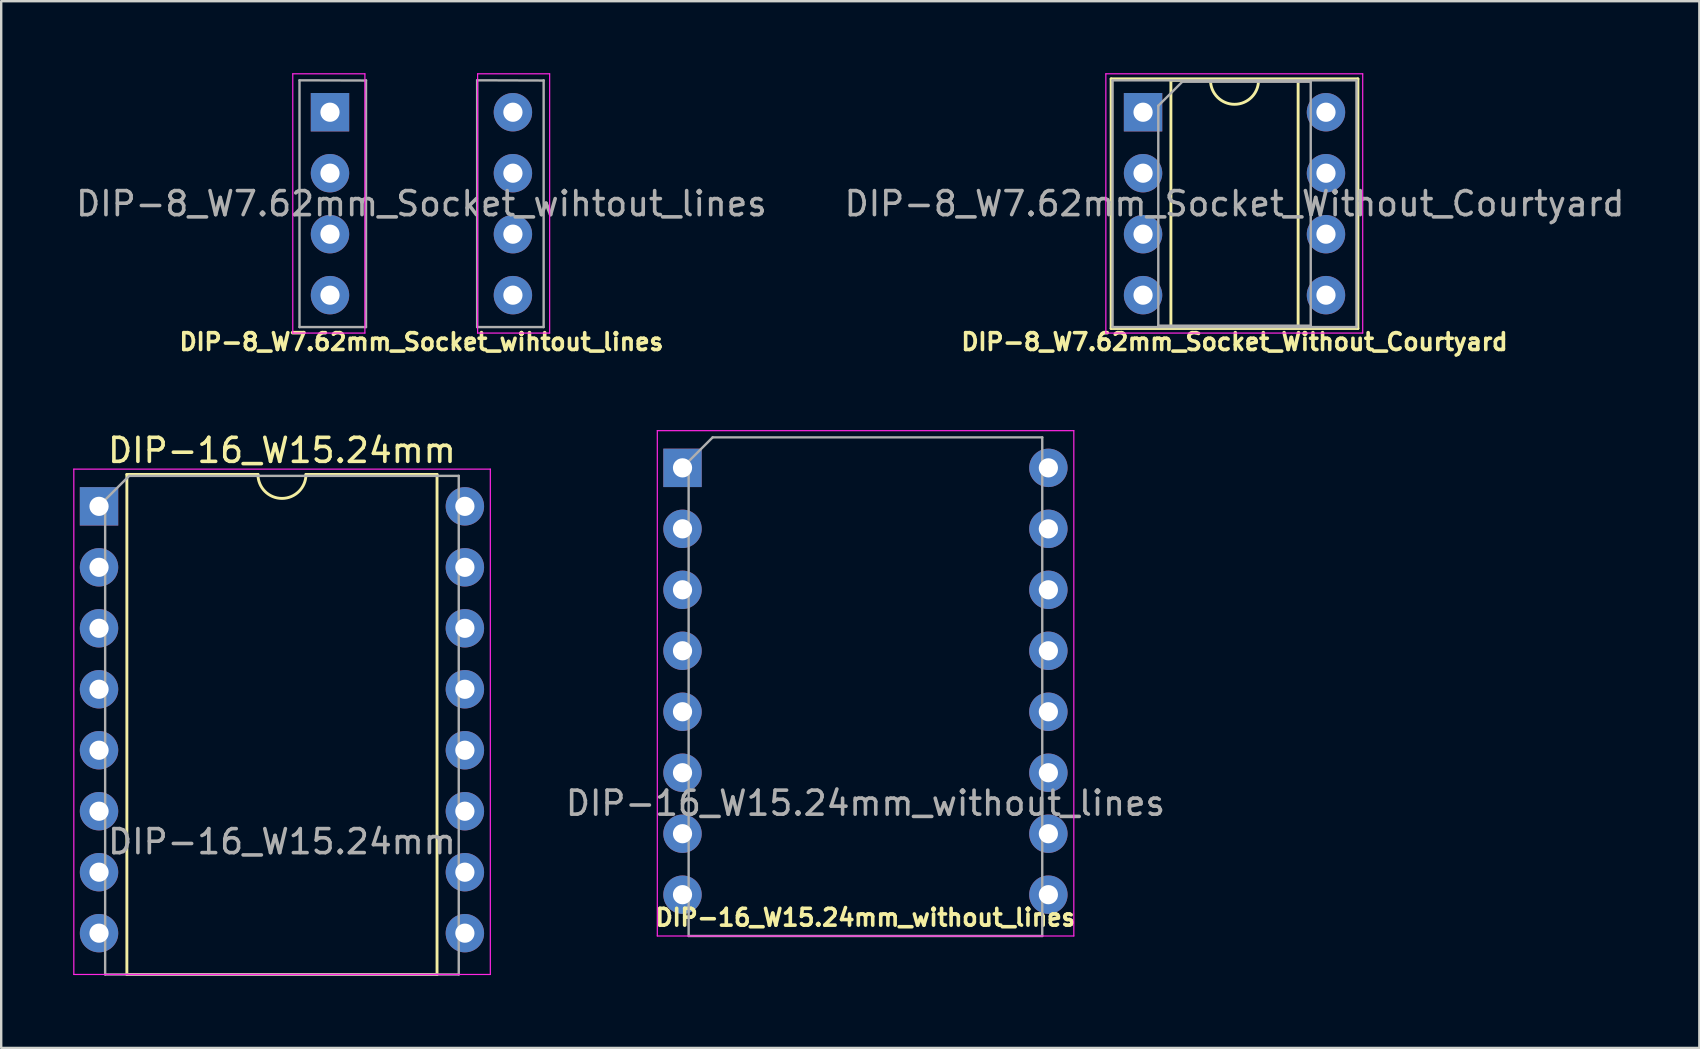
<source format=kicad_pcb>
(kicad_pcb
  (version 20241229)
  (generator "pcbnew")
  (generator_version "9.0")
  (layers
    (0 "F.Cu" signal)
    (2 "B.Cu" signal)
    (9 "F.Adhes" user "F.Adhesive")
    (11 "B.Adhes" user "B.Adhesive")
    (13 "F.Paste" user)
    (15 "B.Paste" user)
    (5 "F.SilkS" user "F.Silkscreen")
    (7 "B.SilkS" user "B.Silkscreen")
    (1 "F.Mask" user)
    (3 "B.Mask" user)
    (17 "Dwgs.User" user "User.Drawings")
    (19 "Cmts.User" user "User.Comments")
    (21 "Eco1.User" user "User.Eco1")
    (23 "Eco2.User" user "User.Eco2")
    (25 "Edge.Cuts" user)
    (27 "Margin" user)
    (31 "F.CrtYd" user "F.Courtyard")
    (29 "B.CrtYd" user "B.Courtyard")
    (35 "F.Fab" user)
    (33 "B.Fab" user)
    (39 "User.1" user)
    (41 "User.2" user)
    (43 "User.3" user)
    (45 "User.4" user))
  (footprint "DIP-8_W7.62mm_Socket_Without_Courtyard"
    (layer "F.Cu")
    (at 44.565 1.625)
    (property "Reference" "DIP-8_W7.62mm_Socket_Without_Courtyard" (at 3.81 9.566 0) (layer "F.SilkS") (effects (font (size 0.7 0.7) (thickness 0.15))))
    (attr through_hole)
    (fp_line (start -1.33 -1.39) (end -1.33 9.01) (stroke (width 0.12) (type solid)) (layer "F.SilkS"))
    (fp_line (start -1.33 9.01) (end 8.95 9.01) (stroke (width 0.12) (type solid)) (layer "F.SilkS"))
    (fp_line (start 1.16 -1.33) (end 1.16 8.95) (stroke (width 0.12) (type solid)) (layer "F.SilkS"))
    (fp_line (start 1.16 8.95) (end 6.46 8.95) (stroke (width 0.12) (type solid)) (layer "F.SilkS"))
    (fp_line (start 2.81 -1.33) (end 1.16 -1.33) (stroke (width 0.12) (type solid)) (layer "F.SilkS"))
    (fp_line (start 6.46 -1.33) (end 4.81 -1.33) (stroke (width 0.12) (type solid)) (layer "F.SilkS"))
    (fp_line (start 6.46 8.95) (end 6.46 -1.33) (stroke (width 0.12) (type solid)) (layer "F.SilkS"))
    (fp_line (start 8.95 -1.39) (end -1.33 -1.39) (stroke (width 0.12) (type solid)) (layer "F.SilkS"))
    (fp_line (start 8.95 9.01) (end 8.95 -1.39) (stroke (width 0.12) (type solid)) (layer "F.SilkS"))
    (fp_arc (start 4.81 -1.33) (mid 3.81 -0.33) (end 2.81 -1.33) (stroke (width 0.12) (type solid)) (layer "F.SilkS"))
    (fp_line (start -1.55 -1.6) (end -1.55 9.2) (stroke (width 0.05) (type solid)) (layer "F.CrtYd"))
    (fp_line (start -1.55 9.2) (end 9.15 9.2) (stroke (width 0.05) (type solid)) (layer "F.CrtYd"))
    (fp_line (start 9.15 -1.6) (end -1.55 -1.6) (stroke (width 0.05) (type solid)) (layer "F.CrtYd"))
    (fp_line (start 9.15 9.2) (end 9.15 -1.6) (stroke (width 0.05) (type solid)) (layer "F.CrtYd"))
    (fp_line (start -1.27 -1.33) (end -1.27 8.95) (stroke (width 0.1) (type solid)) (layer "F.Fab"))
    (fp_line (start -1.27 8.95) (end 8.89 8.95) (stroke (width 0.1) (type solid)) (layer "F.Fab"))
    (fp_line (start 0.635 -0.27) (end 1.635 -1.27) (stroke (width 0.1) (type solid)) (layer "F.Fab"))
    (fp_line (start 0.635 8.89) (end 0.635 -0.27) (stroke (width 0.1) (type solid)) (layer "F.Fab"))
    (fp_line (start 1.635 -1.27) (end 6.985 -1.27) (stroke (width 0.1) (type solid)) (layer "F.Fab"))
    (fp_line (start 6.985 -1.27) (end 6.985 8.89) (stroke (width 0.1) (type solid)) (layer "F.Fab"))
    (fp_line (start 6.985 8.89) (end 0.635 8.89) (stroke (width 0.1) (type solid)) (layer "F.Fab"))
    (fp_line (start 8.89 -1.33) (end -1.27 -1.33) (stroke (width 0.1) (type solid)) (layer "F.Fab"))
    (fp_line (start 8.89 8.95) (end 8.89 -1.33) (stroke (width 0.1) (type solid)) (layer "F.Fab"))
    (fp_text user "${REFERENCE}" (at 3.81 3.81 0) (layer "F.Fab") (effects (font (size 1 1) (thickness 0.15))))
    (pad "1" thru_hole rect (at 0 0) (size 1.6 1.6) (drill 0.8) (layers "*.Cu" "*.Mask"))
    (pad "2" thru_hole oval (at 0 2.54) (size 1.6 1.6) (drill 0.8) (layers "*.Cu" "*.Mask"))
    (pad "3" thru_hole oval (at 0 5.08) (size 1.6 1.6) (drill 0.8) (layers "*.Cu" "*.Mask"))
    (pad "4" thru_hole oval (at 0 7.62) (size 1.6 1.6) (drill 0.8) (layers "*.Cu" "*.Mask"))
    (pad "5" thru_hole oval (at 7.62 7.62) (size 1.6 1.6) (drill 0.8) (layers "*.Cu" "*.Mask"))
    (pad "6" thru_hole oval (at 7.62 5.08) (size 1.6 1.6) (drill 0.8) (layers "*.Cu" "*.Mask"))
    (pad "7" thru_hole oval (at 7.62 2.54) (size 1.6 1.6) (drill 0.8) (layers "*.Cu" "*.Mask"))
    (pad "8" thru_hole oval (at 7.62 0) (size 1.6 1.6) (drill 0.8) (layers "*.Cu" "*.Mask")))
  (footprint "DIP-16_W15.24mm_without_lines"
    (layer "F.Cu")
    (at 25.381 16.439)
    (property "Reference" "DIP-16_W15.24mm_without_lines" (at 7.623 18.733 0) (layer "F.SilkS") (effects (font (size 0.7 0.7) (thickness 0.15))))
    (attr through_hole)
    (fp_line (start -1.05 -1.55) (end -1.05 19.5) (stroke (width 0.05) (type solid)) (layer "F.CrtYd"))
    (fp_line (start -1.05 19.5) (end 16.3 19.5) (stroke (width 0.05) (type solid)) (layer "F.CrtYd"))
    (fp_line (start 16.3 -1.55) (end -1.05 -1.55) (stroke (width 0.05) (type solid)) (layer "F.CrtYd"))
    (fp_line (start 16.3 19.5) (end 16.3 -1.55) (stroke (width 0.05) (type solid)) (layer "F.CrtYd"))
    (fp_line (start 0.255 -0.27) (end 1.255 -1.27) (stroke (width 0.1) (type solid)) (layer "F.Fab"))
    (fp_line (start 0.255 19.5) (end 0.255 -0.27) (stroke (width 0.1) (type solid)) (layer "F.Fab"))
    (fp_line (start 1.255 -1.27) (end 14.985 -1.27) (stroke (width 0.1) (type solid)) (layer "F.Fab"))
    (fp_line (start 14.985 -1.27) (end 14.985 19.5) (stroke (width 0.1) (type solid)) (layer "F.Fab"))
    (fp_line (start 14.985 19.5) (end 0.255 19.5) (stroke (width 0.1) (type solid)) (layer "F.Fab"))
    (fp_text user "${REFERENCE}" (at 7.62 13.97 0) (layer "F.Fab") (effects (font (size 1 1) (thickness 0.15))))
    (pad "1" thru_hole rect (at 0 0) (size 1.6 1.6) (drill 0.8) (layers "*.Cu" "*.Mask"))
    (pad "2" thru_hole oval (at 0 2.54) (size 1.6 1.6) (drill 0.8) (layers "*.Cu" "*.Mask"))
    (pad "3" thru_hole oval (at 0 5.08) (size 1.6 1.6) (drill 0.8) (layers "*.Cu" "*.Mask"))
    (pad "4" thru_hole oval (at 0 7.62) (size 1.6 1.6) (drill 0.8) (layers "*.Cu" "*.Mask"))
    (pad "5" thru_hole oval (at 0 10.16) (size 1.6 1.6) (drill 0.8) (layers "*.Cu" "*.Mask"))
    (pad "6" thru_hole oval (at 0 12.7) (size 1.6 1.6) (drill 0.8) (layers "*.Cu" "*.Mask"))
    (pad "7" thru_hole oval (at 0 15.24) (size 1.6 1.6) (drill 0.8) (layers "*.Cu" "*.Mask"))
    (pad "8" thru_hole oval (at 0 17.78) (size 1.6 1.6) (drill 0.8) (layers "*.Cu" "*.Mask"))
    (pad "9" thru_hole oval (at 15.24 17.78) (size 1.6 1.6) (drill 0.8) (layers "*.Cu" "*.Mask"))
    (pad "10" thru_hole oval (at 15.24 15.24) (size 1.6 1.6) (drill 0.8) (layers "*.Cu" "*.Mask"))
    (pad "11" thru_hole oval (at 15.24 12.7) (size 1.6 1.6) (drill 0.8) (layers "*.Cu" "*.Mask"))
    (pad "12" thru_hole oval (at 15.24 10.16) (size 1.6 1.6) (drill 0.8) (layers "*.Cu" "*.Mask"))
    (pad "13" thru_hole oval (at 15.24 7.62) (size 1.6 1.6) (drill 0.8) (layers "*.Cu" "*.Mask"))
    (pad "14" thru_hole oval (at 15.24 5.08) (size 1.6 1.6) (drill 0.8) (layers "*.Cu" "*.Mask"))
    (pad "15" thru_hole oval (at 15.24 2.54) (size 1.6 1.6) (drill 0.8) (layers "*.Cu" "*.Mask"))
    (pad "16" thru_hole oval (at 15.24 0) (size 1.6 1.6) (drill 0.8) (layers "*.Cu" "*.Mask")))
  (footprint "DIP-8_W7.62mm_Socket_wihtout_lines"
    (layer "F.Cu")
    (at 10.696 1.625)
    (property "Reference" "DIP-8_W7.62mm_Socket_wihtout_lines" (at 3.81 9.566 0) (layer "F.SilkS") (effects (font (size 0.7 0.7) (thickness 0.15))))
    (attr through_hole)
    (fp_line (start -1.55 -1.6) (end -1.55 9.2) (stroke (width 0.05) (type solid)) (layer "F.CrtYd"))
    (fp_line (start -1.55 9.2) (end 1.454 9.2) (stroke (width 0.05) (type solid)) (layer "F.CrtYd"))
    (fp_line (start 1.454 -1.6) (end -1.55 -1.6) (stroke (width 0.05) (type solid)) (layer "F.CrtYd"))
    (fp_line (start 1.454 9.2) (end 1.454 -1.6) (stroke (width 0.05) (type solid)) (layer "F.CrtYd"))
    (fp_line (start 6.15 9.2) (end 6.15 -1.6) (stroke (width 0.05) (type solid)) (layer "F.CrtYd"))
    (fp_line (start 6.15 9.2) (end 9.15 9.2) (stroke (width 0.05) (type solid)) (layer "F.CrtYd"))
    (fp_line (start 9.15 -1.6) (end 6.15 -1.6) (stroke (width 0.05) (type solid)) (layer "F.CrtYd"))
    (fp_line (start 9.15 9.2) (end 9.15 -1.6) (stroke (width 0.05) (type solid)) (layer "F.CrtYd"))
    (fp_line (start -1.27 -1.33) (end -1.27 8.95) (stroke (width 0.1) (type solid)) (layer "F.Fab"))
    (fp_line (start -1.27 8.95) (end 1.5 8.95) (stroke (width 0.1) (type solid)) (layer "F.Fab"))
    (fp_line (start 1.5 -1.321) (end -1.27 -1.33) (stroke (width 0.1) (type solid)) (layer "F.Fab"))
    (fp_line (start 1.5 8.95) (end 1.5 -1.33) (stroke (width 0.1) (type solid)) (layer "F.Fab"))
    (fp_line (start 6.13 -1.33) (end 6.13 8.95) (stroke (width 0.1) (type solid)) (layer "F.Fab"))
    (fp_line (start 6.13 8.95) (end 8.9 8.95) (stroke (width 0.1) (type solid)) (layer "F.Fab"))
    (fp_line (start 8.9 -1.321) (end 6.13 -1.33) (stroke (width 0.1) (type solid)) (layer "F.Fab"))
    (fp_line (start 8.9 8.95) (end 8.9 -1.33) (stroke (width 0.1) (type solid)) (layer "F.Fab"))
    (fp_text user "${REFERENCE}" (at 3.81 3.81 0) (layer "F.Fab") (effects (font (size 1 1) (thickness 0.15))))
    (pad "1" thru_hole rect (at 0 0) (size 1.6 1.6) (drill 0.8) (layers "*.Cu" "*.Mask"))
    (pad "2" thru_hole oval (at 0 2.54) (size 1.6 1.6) (drill 0.8) (layers "*.Cu" "*.Mask"))
    (pad "3" thru_hole oval (at 0 5.08) (size 1.6 1.6) (drill 0.8) (layers "*.Cu" "*.Mask"))
    (pad "4" thru_hole oval (at 0 7.62) (size 1.6 1.6) (drill 0.8) (layers "*.Cu" "*.Mask"))
    (pad "5" thru_hole oval (at 7.62 7.62) (size 1.6 1.6) (drill 0.8) (layers "*.Cu" "*.Mask"))
    (pad "6" thru_hole oval (at 7.62 5.08) (size 1.6 1.6) (drill 0.8) (layers "*.Cu" "*.Mask"))
    (pad "7" thru_hole oval (at 7.62 2.54) (size 1.6 1.6) (drill 0.8) (layers "*.Cu" "*.Mask"))
    (pad "8" thru_hole oval (at 7.62 0) (size 1.6 1.6) (drill 0.8) (layers "*.Cu" "*.Mask")))
  (footprint "DIP-16_W15.24mm"
    (layer "F.Cu")
    (at 1.075 18.042)
    (property "Reference" "DIP-16_W15.24mm" (at 7.62 -2.33 0) (layer "F.SilkS") (effects (font (size 1 1) (thickness 0.15))))
    (attr through_hole)
    (fp_line (start 1.16 -1.33) (end 1.16 19.5) (stroke (width 0.12) (type solid)) (layer "F.SilkS"))
    (fp_line (start 1.16 19.5) (end 14.08 19.5) (stroke (width 0.12) (type solid)) (layer "F.SilkS"))
    (fp_line (start 6.62 -1.33) (end 1.16 -1.33) (stroke (width 0.12) (type solid)) (layer "F.SilkS"))
    (fp_line (start 14.08 -1.33) (end 8.62 -1.33) (stroke (width 0.12) (type solid)) (layer "F.SilkS"))
    (fp_line (start 14.08 19.5) (end 14.08 -1.33) (stroke (width 0.12) (type solid)) (layer "F.SilkS"))
    (fp_arc (start 8.62 -1.33) (mid 7.62 -0.33) (end 6.62 -1.33) (stroke (width 0.12) (type solid)) (layer "F.SilkS"))
    (fp_line (start -1.05 -1.55) (end -1.05 19.5) (stroke (width 0.05) (type solid)) (layer "F.CrtYd"))
    (fp_line (start -1.05 19.5) (end 16.3 19.5) (stroke (width 0.05) (type solid)) (layer "F.CrtYd"))
    (fp_line (start 16.3 -1.55) (end -1.05 -1.55) (stroke (width 0.05) (type solid)) (layer "F.CrtYd"))
    (fp_line (start 16.3 19.5) (end 16.3 -1.55) (stroke (width 0.05) (type solid)) (layer "F.CrtYd"))
    (fp_line (start 0.255 -0.27) (end 1.255 -1.27) (stroke (width 0.1) (type solid)) (layer "F.Fab"))
    (fp_line (start 0.255 19.5) (end 0.255 -0.27) (stroke (width 0.1) (type solid)) (layer "F.Fab"))
    (fp_line (start 1.255 -1.27) (end 14.985 -1.27) (stroke (width 0.1) (type solid)) (layer "F.Fab"))
    (fp_line (start 14.985 -1.27) (end 14.985 19.5) (stroke (width 0.1) (type solid)) (layer "F.Fab"))
    (fp_line (start 14.985 19.5) (end 0.255 19.5) (stroke (width 0.1) (type solid)) (layer "F.Fab"))
    (fp_text user "${REFERENCE}" (at 7.62 13.97 0) (layer "F.Fab") (effects (font (size 1 1) (thickness 0.15))))
    (pad "1" thru_hole rect (at 0 0) (size 1.6 1.6) (drill 0.8) (layers "*.Cu" "*.Mask"))
    (pad "2" thru_hole oval (at 0 2.54) (size 1.6 1.6) (drill 0.8) (layers "*.Cu" "*.Mask"))
    (pad "3" thru_hole oval (at 0 5.08) (size 1.6 1.6) (drill 0.8) (layers "*.Cu" "*.Mask"))
    (pad "4" thru_hole oval (at 0 7.62) (size 1.6 1.6) (drill 0.8) (layers "*.Cu" "*.Mask"))
    (pad "5" thru_hole oval (at 0 10.16) (size 1.6 1.6) (drill 0.8) (layers "*.Cu" "*.Mask"))
    (pad "6" thru_hole oval (at 0 12.7) (size 1.6 1.6) (drill 0.8) (layers "*.Cu" "*.Mask"))
    (pad "7" thru_hole oval (at 0 15.24) (size 1.6 1.6) (drill 0.8) (layers "*.Cu" "*.Mask"))
    (pad "8" thru_hole oval (at 0 17.78) (size 1.6 1.6) (drill 0.8) (layers "*.Cu" "*.Mask"))
    (pad "9" thru_hole oval (at 15.24 17.78) (size 1.6 1.6) (drill 0.8) (layers "*.Cu" "*.Mask"))
    (pad "10" thru_hole oval (at 15.24 15.24) (size 1.6 1.6) (drill 0.8) (layers "*.Cu" "*.Mask"))
    (pad "11" thru_hole oval (at 15.24 12.7) (size 1.6 1.6) (drill 0.8) (layers "*.Cu" "*.Mask"))
    (pad "12" thru_hole oval (at 15.24 10.16) (size 1.6 1.6) (drill 0.8) (layers "*.Cu" "*.Mask"))
    (pad "13" thru_hole oval (at 15.24 7.62) (size 1.6 1.6) (drill 0.8) (layers "*.Cu" "*.Mask"))
    (pad "14" thru_hole oval (at 15.24 5.08) (size 1.6 1.6) (drill 0.8) (layers "*.Cu" "*.Mask"))
    (pad "15" thru_hole oval (at 15.24 2.54) (size 1.6 1.6) (drill 0.8) (layers "*.Cu" "*.Mask"))
    (pad "16" thru_hole oval (at 15.24 0) (size 1.6 1.6) (drill 0.8) (layers "*.Cu" "*.Mask")))
  (gr_rect
    (start -3 -3)
    (end 67.738 40.602)
    (stroke (width 0.1) (type default))
    (fill no)
    (layer "Edge.Cuts")))
</source>
